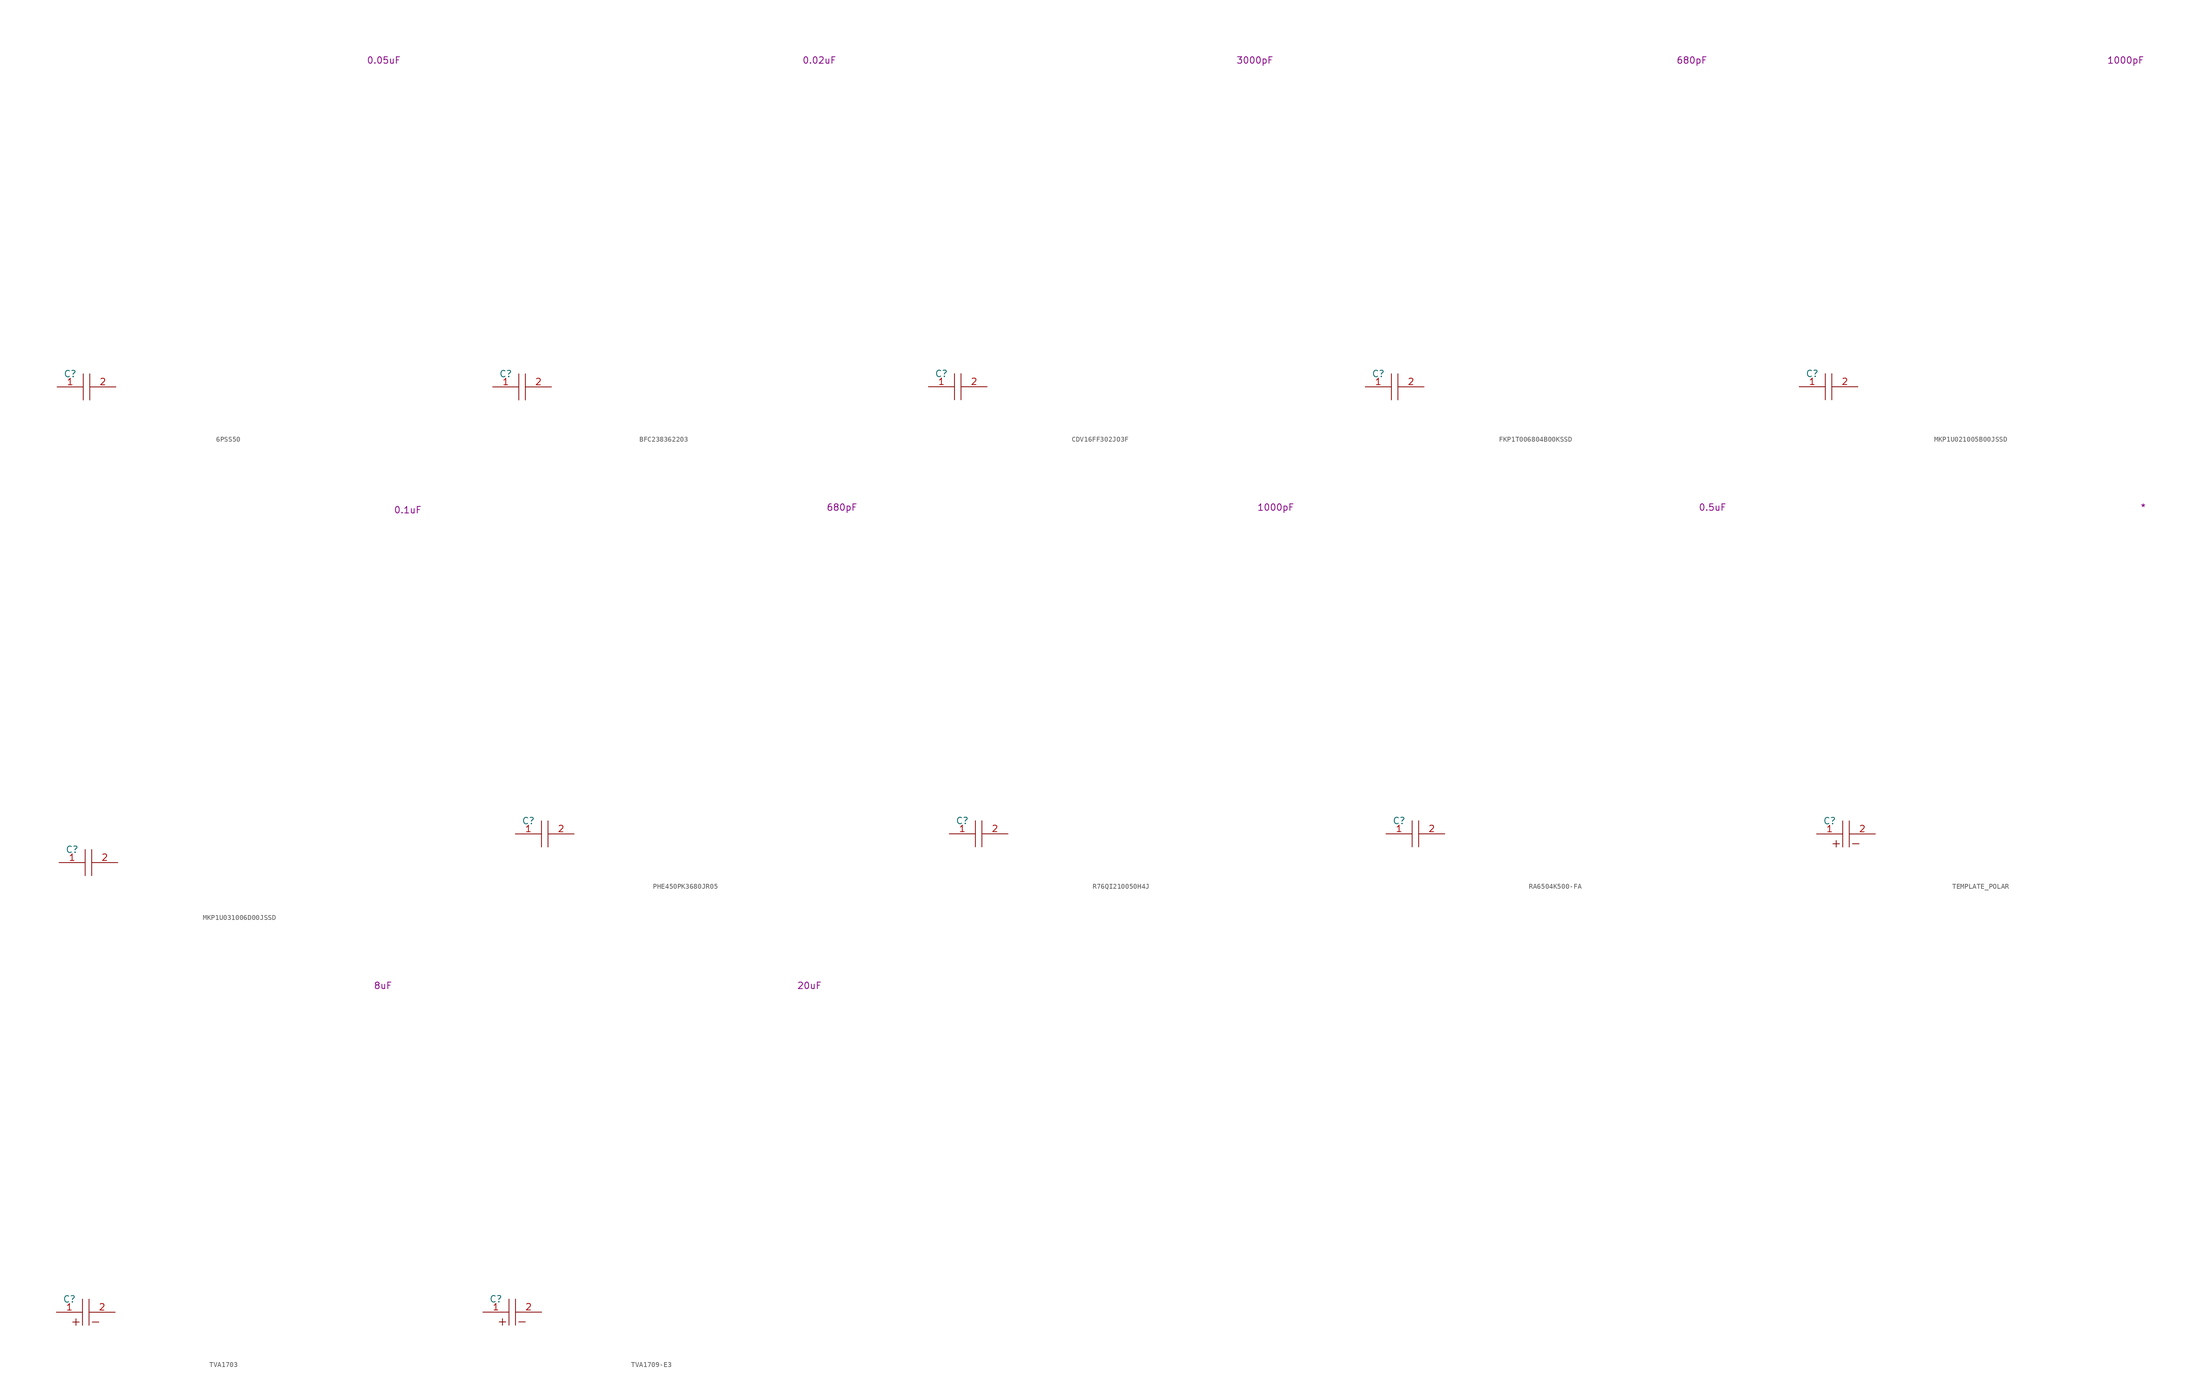
<source format=kicad_sym>
(kicad_symbol_lib
  (version 20241209)
  (generator "kicad_symbol_editor")
  (generator_version "9.0")
  (symbol "6PSS50"
    (pin_names
      (offset 1.016))
    (property "Reference" "C"
      (at -2.54 2.54 0)
      (effects (font (size 1.27 1.27))))
    (property "_Value_" "0.05uF"
      (at 58.42 63.5 0)
      (effects (font (size 1.27 1.27))))
    (symbol "6PSS50_1_1"
      (polyline (pts (xy 0 2.54) (xy 0 -2.54)) (stroke (width 0) (type default)) (fill (type none)))
      (polyline (pts (xy 1.27 2.54) (xy 1.27 -2.54)) (stroke (width 0) (type default)) (fill (type none)))
      (pin input line (at -5.08 0 0) (length 5.08) (name "~" (effects (font (size 1.27 1.27)))) (number "1" (effects (font (size 1.27 1.27)))))
      (pin input line (at 6.35 0 180) (length 5.08) (name "~" (effects (font (size 1.27 1.27)))) (number "2" (effects (font (size 1.27 1.27)))))))
  (symbol "BFC238362203"
    (pin_names
      (offset 1.016))
    (property "Reference" "C"
      (at -2.54 2.54 0)
      (effects (font (size 1.27 1.27))))
    (property "_Value_" "0.02uF"
      (at 58.42 63.5 0)
      (effects (font (size 1.27 1.27))))
    (symbol "BFC238362203_1_1"
      (polyline (pts (xy 0 2.54) (xy 0 -2.54)) (stroke (width 0) (type default)) (fill (type none)))
      (polyline (pts (xy 1.27 2.54) (xy 1.27 -2.54)) (stroke (width 0) (type default)) (fill (type none)))
      (pin input line (at -5.08 0 0) (length 5.08) (name "~" (effects (font (size 1.27 1.27)))) (number "1" (effects (font (size 1.27 1.27)))))
      (pin input line (at 6.35 0 180) (length 5.08) (name "~" (effects (font (size 1.27 1.27)))) (number "2" (effects (font (size 1.27 1.27)))))))
  (symbol "CDV16FF302JO3F"
    (pin_names
      (offset 1.016))
    (property "Reference" "C"
      (at -2.54 2.54 0)
      (effects (font (size 1.27 1.27))))
    (property "_Value_" "3000pF"
      (at 58.42 63.5 0)
      (effects (font (size 1.27 1.27))))
    (symbol "CDV16FF302JO3F_1_1"
      (polyline (pts (xy 0 2.54) (xy 0 -2.54)) (stroke (width 0) (type default)) (fill (type none)))
      (polyline (pts (xy 1.27 2.54) (xy 1.27 -2.54)) (stroke (width 0) (type default)) (fill (type none)))
      (pin input line (at -5.08 0 0) (length 5.08) (name "~" (effects (font (size 1.27 1.27)))) (number "1" (effects (font (size 1.27 1.27)))))
      (pin input line (at 6.35 0 180) (length 5.08) (name "~" (effects (font (size 1.27 1.27)))) (number "2" (effects (font (size 1.27 1.27)))))))
  (symbol "FKP1T006804B00KSSD"
    (pin_names
      (offset 1.016))
    (property "Reference" "C"
      (at -2.54 2.54 0)
      (effects (font (size 1.27 1.27))))
    (property "_Value_" "680pF"
      (at 58.42 63.5 0)
      (effects (font (size 1.27 1.27))))
    (symbol "FKP1T006804B00KSSD_1_1"
      (polyline (pts (xy 0 2.54) (xy 0 -2.54)) (stroke (width 0) (type default)) (fill (type none)))
      (polyline (pts (xy 1.27 2.54) (xy 1.27 -2.54)) (stroke (width 0) (type default)) (fill (type none)))
      (pin input line (at -5.08 0 0) (length 5.08) (name "~" (effects (font (size 1.27 1.27)))) (number "1" (effects (font (size 1.27 1.27)))))
      (pin input line (at 6.35 0 180) (length 5.08) (name "~" (effects (font (size 1.27 1.27)))) (number "2" (effects (font (size 1.27 1.27)))))))
  (symbol "MKP1U021005B00JSSD"
    (pin_names
      (offset 1.016))
    (property "Reference" "C"
      (at -2.54 2.54 0)
      (effects (font (size 1.27 1.27))))
    (property "_Value_" "1000pF"
      (at 58.42 63.5 0)
      (effects (font (size 1.27 1.27))))
    (symbol "MKP1U021005B00JSSD_1_1"
      (polyline (pts (xy 0 2.54) (xy 0 -2.54)) (stroke (width 0) (type default)) (fill (type none)))
      (polyline (pts (xy 1.27 2.54) (xy 1.27 -2.54)) (stroke (width 0) (type default)) (fill (type none)))
      (pin input line (at -5.08 0 0) (length 5.08) (name "~" (effects (font (size 1.27 1.27)))) (number "1" (effects (font (size 1.27 1.27)))))
      (pin input line (at 6.35 0 180) (length 5.08) (name "~" (effects (font (size 1.27 1.27)))) (number "2" (effects (font (size 1.27 1.27)))))))
  (symbol "MKP1U031006D00JSSD"
    (pin_names
      (offset 1.016))
    (property "Reference" "C"
      (at -2.54 2.54 0)
      (effects (font (size 1.27 1.27))))
    (property "_Value_" "0.1uF"
      (at 62.738 68.58 0)
      (effects (font (size 1.27 1.27))))
    (symbol "MKP1U031006D00JSSD_1_1"
      (polyline (pts (xy 0 2.54) (xy 0 -2.54)) (stroke (width 0) (type default)) (fill (type none)))
      (polyline (pts (xy 1.27 2.54) (xy 1.27 -2.54)) (stroke (width 0) (type default)) (fill (type none)))
      (pin input line (at -5.08 0 0) (length 5.08) (name "~" (effects (font (size 1.27 1.27)))) (number "1" (effects (font (size 1.27 1.27)))))
      (pin input line (at 6.35 0 180) (length 5.08) (name "~" (effects (font (size 1.27 1.27)))) (number "2" (effects (font (size 1.27 1.27)))))))
  (symbol "PHE450PK3680JR05"
    (pin_names
      (offset 1.016))
    (property "Reference" "C"
      (at -2.54 2.54 0)
      (effects (font (size 1.27 1.27))))
    (property "_Value_" "680pF"
      (at 58.42 63.5 0)
      (effects (font (size 1.27 1.27))))
    (symbol "PHE450PK3680JR05_1_1"
      (polyline (pts (xy 0 2.54) (xy 0 -2.54)) (stroke (width 0) (type default)) (fill (type none)))
      (polyline (pts (xy 1.27 2.54) (xy 1.27 -2.54)) (stroke (width 0) (type default)) (fill (type none)))
      (pin input line (at -5.08 0 0) (length 5.08) (name "~" (effects (font (size 1.27 1.27)))) (number "1" (effects (font (size 1.27 1.27)))))
      (pin input line (at 6.35 0 180) (length 5.08) (name "~" (effects (font (size 1.27 1.27)))) (number "2" (effects (font (size 1.27 1.27)))))))
  (symbol "R76QI210050H4J"
    (pin_names
      (offset 1.016))
    (property "Reference" "C"
      (at -2.54 2.54 0)
      (effects (font (size 1.27 1.27))))
    (property "_Value_" "1000pF"
      (at 58.42 63.5 0)
      (effects (font (size 1.27 1.27))))
    (symbol "R76QI210050H4J_1_1"
      (polyline (pts (xy 0 2.54) (xy 0 -2.54)) (stroke (width 0) (type default)) (fill (type none)))
      (polyline (pts (xy 1.27 2.54) (xy 1.27 -2.54)) (stroke (width 0) (type default)) (fill (type none)))
      (pin input line (at -5.08 0 0) (length 5.08) (name "~" (effects (font (size 1.27 1.27)))) (number "1" (effects (font (size 1.27 1.27)))))
      (pin input line (at 6.35 0 180) (length 5.08) (name "~" (effects (font (size 1.27 1.27)))) (number "2" (effects (font (size 1.27 1.27)))))))
  (symbol "RA6504K500-FA"
    (pin_names
      (offset 1.016))
    (property "Reference" "C"
      (at -2.54 2.54 0)
      (effects (font (size 1.27 1.27))))
    (property "_Value_" "0.5uF"
      (at 58.42 63.5 0)
      (effects (font (size 1.27 1.27))))
    (symbol "RA6504K500-FA_1_1"
      (polyline (pts (xy 0 2.54) (xy 0 -2.54)) (stroke (width 0) (type default)) (fill (type none)))
      (polyline (pts (xy 1.27 2.54) (xy 1.27 -2.54)) (stroke (width 0) (type default)) (fill (type none)))
      (pin input line (at -5.08 0 0) (length 5.08) (name "~" (effects (font (size 1.27 1.27)))) (number "1" (effects (font (size 1.27 1.27)))))
      (pin input line (at 6.35 0 180) (length 5.08) (name "~" (effects (font (size 1.27 1.27)))) (number "2" (effects (font (size 1.27 1.27)))))))
  (symbol "TEMPLATE_POLAR"
    (pin_names
      (offset 1.016))
    (property "Reference" "C"
      (at -2.54 2.54 0)
      (effects (font (size 1.27 1.27))))
    (property "_Value_" "*"
      (at 58.42 63.5 0)
      (effects (font (size 1.27 1.27))))
    (symbol "TEMPLATE_POLAR_0_1"
      (polyline (pts (xy -1.27 -1.27) (xy -1.27 -2.54)) (stroke (width 0) (type default)) (fill (type none)))
      (polyline (pts (xy -0.635 -1.905) (xy -1.905 -1.905)) (stroke (width 0) (type default)) (fill (type none)))
      (polyline (pts (xy 1.905 -1.905) (xy 3.175 -1.905)) (stroke (width 0) (type default)) (fill (type none))))
    (symbol "TEMPLATE_POLAR_1_1"
      (polyline (pts (xy 0 2.54) (xy 0 -2.54)) (stroke (width 0) (type default)) (fill (type none)))
      (polyline (pts (xy 1.27 2.54) (xy 1.27 -2.54)) (stroke (width 0) (type default)) (fill (type none)))
      (pin input line (at -5.08 0 0) (length 5.08) (name "~" (effects (font (size 1.27 1.27)))) (number "1" (effects (font (size 1.27 1.27)))))
      (pin input line (at 6.35 0 180) (length 5.08) (name "~" (effects (font (size 1.27 1.27)))) (number "2" (effects (font (size 1.27 1.27)))))))
  (symbol "TVA1703"
    (pin_names
      (offset 1.016))
    (property "Reference" "C"
      (at -2.54 2.54 0)
      (effects (font (size 1.27 1.27))))
    (property "_Value_" "8uF"
      (at 58.42 63.5 0)
      (effects (font (size 1.27 1.27))))
    (symbol "TVA1703_0_1"
      (polyline (pts (xy -1.27 -1.27) (xy -1.27 -2.54)) (stroke (width 0) (type default)) (fill (type none)))
      (polyline (pts (xy -0.635 -1.905) (xy -1.905 -1.905)) (stroke (width 0) (type default)) (fill (type none)))
      (polyline (pts (xy 1.905 -1.905) (xy 3.175 -1.905)) (stroke (width 0) (type default)) (fill (type none))))
    (symbol "TVA1703_1_1"
      (polyline (pts (xy 0 2.54) (xy 0 -2.54)) (stroke (width 0) (type default)) (fill (type none)))
      (polyline (pts (xy 1.27 2.54) (xy 1.27 -2.54)) (stroke (width 0) (type default)) (fill (type none)))
      (pin input line (at -5.08 0 0) (length 5.08) (name "~" (effects (font (size 1.27 1.27)))) (number "1" (effects (font (size 1.27 1.27)))))
      (pin input line (at 6.35 0 180) (length 5.08) (name "~" (effects (font (size 1.27 1.27)))) (number "2" (effects (font (size 1.27 1.27)))))))
  (symbol "TVA1709-E3"
    (pin_names
      (offset 1.016))
    (property "Reference" "C"
      (at -2.54 2.54 0)
      (effects (font (size 1.27 1.27))))
    (property "_Value_" "20uF"
      (at 58.42 63.5 0)
      (effects (font (size 1.27 1.27))))
    (symbol "TVA1709-E3_0_1"
      (polyline (pts (xy -1.27 -1.27) (xy -1.27 -2.54)) (stroke (width 0) (type default)) (fill (type none)))
      (polyline (pts (xy -0.635 -1.905) (xy -1.905 -1.905)) (stroke (width 0) (type default)) (fill (type none)))
      (polyline (pts (xy 1.905 -1.905) (xy 3.175 -1.905)) (stroke (width 0) (type default)) (fill (type none))))
    (symbol "TVA1709-E3_1_1"
      (polyline (pts (xy 0 2.54) (xy 0 -2.54)) (stroke (width 0) (type default)) (fill (type none)))
      (polyline (pts (xy 1.27 2.54) (xy 1.27 -2.54)) (stroke (width 0) (type default)) (fill (type none)))
      (pin input line (at -5.08 0 0) (length 5.08) (name "~" (effects (font (size 1.27 1.27)))) (number "1" (effects (font (size 1.27 1.27)))))
      (pin input line (at 6.35 0 180) (length 5.08) (name "~" (effects (font (size 1.27 1.27)))) (number "2" (effects (font (size 1.27 1.27))))))))
</source>
